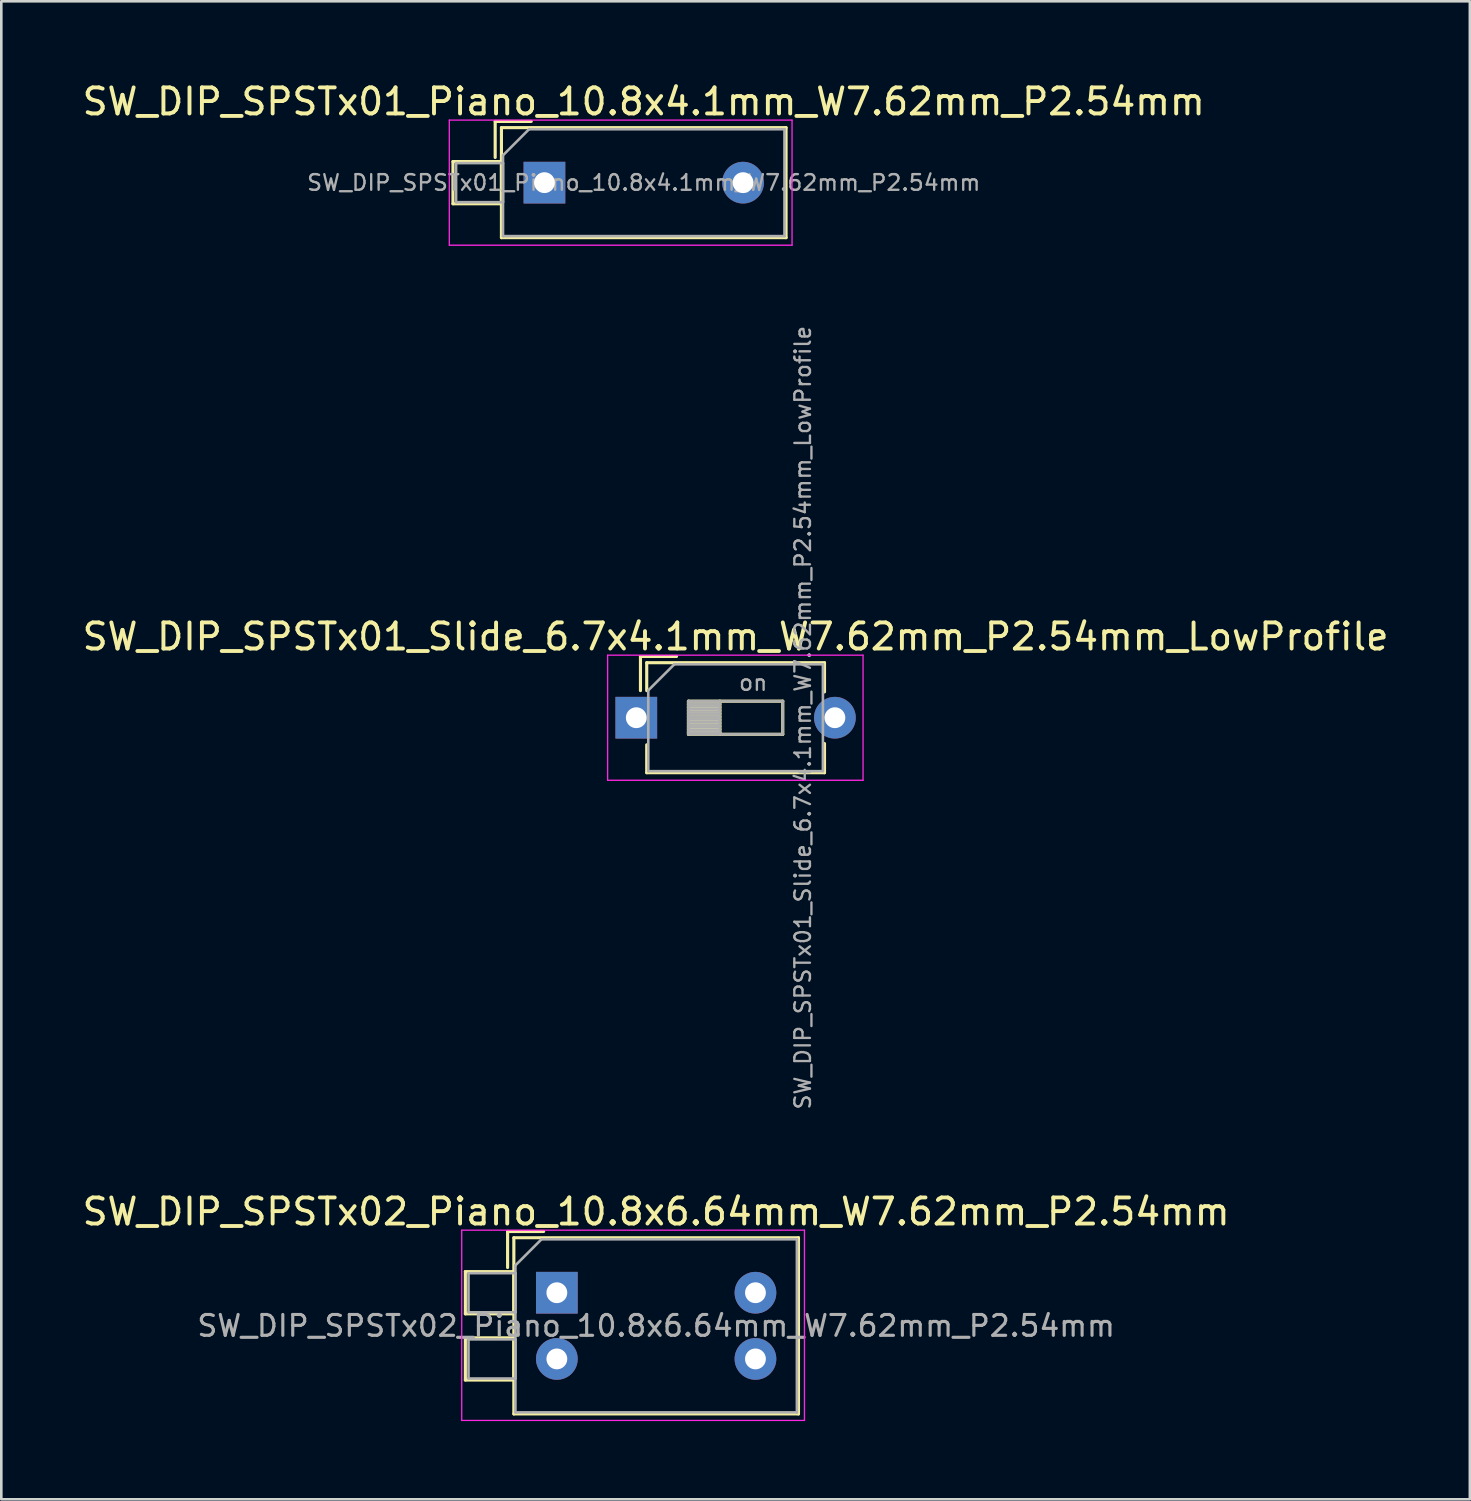
<source format=kicad_pcb>
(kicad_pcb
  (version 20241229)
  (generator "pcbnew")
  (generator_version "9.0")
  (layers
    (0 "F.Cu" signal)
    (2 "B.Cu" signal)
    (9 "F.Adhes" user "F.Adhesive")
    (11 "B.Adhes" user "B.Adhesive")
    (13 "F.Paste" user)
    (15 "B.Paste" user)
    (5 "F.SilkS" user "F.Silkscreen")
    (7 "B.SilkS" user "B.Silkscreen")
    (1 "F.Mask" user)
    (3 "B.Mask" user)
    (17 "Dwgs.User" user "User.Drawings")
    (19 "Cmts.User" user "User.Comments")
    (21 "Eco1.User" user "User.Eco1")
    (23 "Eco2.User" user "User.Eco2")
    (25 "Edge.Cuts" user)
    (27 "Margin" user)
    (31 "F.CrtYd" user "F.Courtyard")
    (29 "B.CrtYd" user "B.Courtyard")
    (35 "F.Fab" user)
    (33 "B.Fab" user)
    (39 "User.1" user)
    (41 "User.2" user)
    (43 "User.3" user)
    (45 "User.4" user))
  (footprint "SW_DIP_SPSTx01_Piano_10.8x4.1mm_W7.62mm_P2.54mm"
    (layer "F.Cu")
    (at 17.839 3.958)
    (property "Reference" "SW_DIP_SPSTx01_Piano_10.8x4.1mm_W7.62mm_P2.54mm" (at 3.81 -3.11 0) (layer "F.SilkS") (effects (font (size 1 1) (thickness 0.15))))
    (attr through_hole)
    (fp_line (start -3.51 -0.81) (end -3.51 0.81) (stroke (width 0.12) (type solid)) (layer "F.SilkS"))
    (fp_line (start -3.51 -0.81) (end -1.65 -0.81) (stroke (width 0.12) (type solid)) (layer "F.SilkS"))
    (fp_line (start -3.51 0.81) (end -1.65 0.81) (stroke (width 0.12) (type solid)) (layer "F.SilkS"))
    (fp_line (start -1.89 -2.35) (end -1.89 -0.967) (stroke (width 0.12) (type solid)) (layer "F.SilkS"))
    (fp_line (start -1.89 -2.35) (end -0.507 -2.35) (stroke (width 0.12) (type solid)) (layer "F.SilkS"))
    (fp_line (start -1.65 -2.11) (end -1.65 2.11) (stroke (width 0.12) (type solid)) (layer "F.SilkS"))
    (fp_line (start -1.65 -2.11) (end 9.27 -2.11) (stroke (width 0.12) (type solid)) (layer "F.SilkS"))
    (fp_line (start -1.65 -0.81) (end -1.65 0.81) (stroke (width 0.12) (type solid)) (layer "F.SilkS"))
    (fp_line (start -1.65 2.11) (end 9.27 2.11) (stroke (width 0.12) (type solid)) (layer "F.SilkS"))
    (fp_line (start 9.27 -2.11) (end 9.27 2.11) (stroke (width 0.12) (type solid)) (layer "F.SilkS"))
    (fp_line (start -3.65 -2.4) (end -3.65 2.4) (stroke (width 0.05) (type solid)) (layer "F.CrtYd"))
    (fp_line (start -3.65 2.4) (end 9.5 2.4) (stroke (width 0.05) (type solid)) (layer "F.CrtYd"))
    (fp_line (start 9.5 -2.4) (end -3.65 -2.4) (stroke (width 0.05) (type solid)) (layer "F.CrtYd"))
    (fp_line (start 9.5 2.4) (end 9.5 -2.4) (stroke (width 0.05) (type solid)) (layer "F.CrtYd"))
    (fp_line (start -3.39 -0.75) (end -1.59 -0.75) (stroke (width 0.1) (type solid)) (layer "F.Fab"))
    (fp_line (start -3.39 0.75) (end -3.39 -0.75) (stroke (width 0.1) (type solid)) (layer "F.Fab"))
    (fp_line (start -1.59 -1.05) (end -0.59 -2.05) (stroke (width 0.1) (type solid)) (layer "F.Fab"))
    (fp_line (start -1.59 -0.75) (end -1.59 0.75) (stroke (width 0.1) (type solid)) (layer "F.Fab"))
    (fp_line (start -1.59 0.75) (end -3.39 0.75) (stroke (width 0.1) (type solid)) (layer "F.Fab"))
    (fp_line (start -1.59 2.05) (end -1.59 -1.05) (stroke (width 0.1) (type solid)) (layer "F.Fab"))
    (fp_line (start -0.59 -2.05) (end 9.21 -2.05) (stroke (width 0.1) (type solid)) (layer "F.Fab"))
    (fp_line (start 9.21 -2.05) (end 9.21 2.05) (stroke (width 0.1) (type solid)) (layer "F.Fab"))
    (fp_line (start 9.21 2.05) (end -1.59 2.05) (stroke (width 0.1) (type solid)) (layer "F.Fab"))
    (fp_text user "${REFERENCE}" (at 3.81 0 0) (layer "F.Fab") (effects (font (size 0.6 0.6) (thickness 0.09))))
    (pad "1" thru_hole rect (at 0 0) (size 1.6 1.6) (drill 0.8) (layers "*.Cu" "*.Mask"))
    (pad "2" thru_hole oval (at 7.62 0) (size 1.6 1.6) (drill 0.8) (layers "*.Cu" "*.Mask")))
  (footprint "SW_DIP_SPSTx02_Piano_10.8x6.64mm_W7.62mm_P2.54mm"
    (layer "F.Cu")
    (at 18.315 46.549)
    (property "Reference" "SW_DIP_SPSTx02_Piano_10.8x6.64mm_W7.62mm_P2.54mm" (at 3.81 -3.11 0) (layer "F.SilkS") (effects (font (size 1 1) (thickness 0.15))))
    (attr through_hole)
    (fp_line (start -3.51 -0.81) (end -3.51 0.81) (stroke (width 0.12) (type solid)) (layer "F.SilkS"))
    (fp_line (start -3.51 -0.81) (end -1.65 -0.81) (stroke (width 0.12) (type solid)) (layer "F.SilkS"))
    (fp_line (start -3.51 0.81) (end -1.65 0.81) (stroke (width 0.12) (type solid)) (layer "F.SilkS"))
    (fp_line (start -3.51 1.73) (end -3.51 3.35) (stroke (width 0.12) (type solid)) (layer "F.SilkS"))
    (fp_line (start -3.51 1.73) (end -1.65 1.73) (stroke (width 0.12) (type solid)) (layer "F.SilkS"))
    (fp_line (start -3.51 3.35) (end -1.65 3.35) (stroke (width 0.12) (type solid)) (layer "F.SilkS"))
    (fp_line (start -1.89 -2.35) (end -1.89 -0.967) (stroke (width 0.12) (type solid)) (layer "F.SilkS"))
    (fp_line (start -1.89 -2.35) (end -0.507 -2.35) (stroke (width 0.12) (type solid)) (layer "F.SilkS"))
    (fp_line (start -1.65 -2.11) (end -1.65 4.65) (stroke (width 0.12) (type solid)) (layer "F.SilkS"))
    (fp_line (start -1.65 -2.11) (end 9.27 -2.11) (stroke (width 0.12) (type solid)) (layer "F.SilkS"))
    (fp_line (start -1.65 -0.81) (end -1.65 0.81) (stroke (width 0.12) (type solid)) (layer "F.SilkS"))
    (fp_line (start -1.65 1.73) (end -1.65 3.35) (stroke (width 0.12) (type solid)) (layer "F.SilkS"))
    (fp_line (start -1.65 4.65) (end 9.27 4.65) (stroke (width 0.12) (type solid)) (layer "F.SilkS"))
    (fp_line (start 9.27 -2.11) (end 9.27 4.65) (stroke (width 0.12) (type solid)) (layer "F.SilkS"))
    (fp_line (start -3.65 -2.4) (end -3.65 4.9) (stroke (width 0.05) (type solid)) (layer "F.CrtYd"))
    (fp_line (start -3.65 4.9) (end 9.5 4.9) (stroke (width 0.05) (type solid)) (layer "F.CrtYd"))
    (fp_line (start 9.5 -2.4) (end -3.65 -2.4) (stroke (width 0.05) (type solid)) (layer "F.CrtYd"))
    (fp_line (start 9.5 4.9) (end 9.5 -2.4) (stroke (width 0.05) (type solid)) (layer "F.CrtYd"))
    (fp_line (start -3.39 -0.75) (end -1.59 -0.75) (stroke (width 0.1) (type solid)) (layer "F.Fab"))
    (fp_line (start -3.39 0.75) (end -3.39 -0.75) (stroke (width 0.1) (type solid)) (layer "F.Fab"))
    (fp_line (start -3.39 1.79) (end -1.59 1.79) (stroke (width 0.1) (type solid)) (layer "F.Fab"))
    (fp_line (start -3.39 3.29) (end -3.39 1.79) (stroke (width 0.1) (type solid)) (layer "F.Fab"))
    (fp_line (start -1.59 -1.05) (end -0.59 -2.05) (stroke (width 0.1) (type solid)) (layer "F.Fab"))
    (fp_line (start -1.59 -0.75) (end -1.59 0.75) (stroke (width 0.1) (type solid)) (layer "F.Fab"))
    (fp_line (start -1.59 0.75) (end -3.39 0.75) (stroke (width 0.1) (type solid)) (layer "F.Fab"))
    (fp_line (start -1.59 1.79) (end -1.59 3.29) (stroke (width 0.1) (type solid)) (layer "F.Fab"))
    (fp_line (start -1.59 3.29) (end -3.39 3.29) (stroke (width 0.1) (type solid)) (layer "F.Fab"))
    (fp_line (start -1.59 4.59) (end -1.59 -1.05) (stroke (width 0.1) (type solid)) (layer "F.Fab"))
    (fp_line (start -0.59 -2.05) (end 9.21 -2.05) (stroke (width 0.1) (type solid)) (layer "F.Fab"))
    (fp_line (start 9.21 -2.05) (end 9.21 4.59) (stroke (width 0.1) (type solid)) (layer "F.Fab"))
    (fp_line (start 9.21 4.59) (end -1.59 4.59) (stroke (width 0.1) (type solid)) (layer "F.Fab"))
    (fp_text user "${REFERENCE}" (at 3.81 1.27 0) (layer "F.Fab") (effects (font (size 0.8 0.8) (thickness 0.12))))
    (pad "1" thru_hole rect (at 0 0) (size 1.6 1.6) (drill 0.8) (layers "*.Cu" "*.Mask"))
    (pad "2" thru_hole oval (at 0 2.54) (size 1.6 1.6) (drill 0.8) (layers "*.Cu" "*.Mask"))
    (pad "3" thru_hole oval (at 7.62 2.54) (size 1.6 1.6) (drill 0.8) (layers "*.Cu" "*.Mask"))
    (pad "4" thru_hole oval (at 7.62 0) (size 1.6 1.6) (drill 0.8) (layers "*.Cu" "*.Mask")))
  (footprint "SW_DIP_SPSTx01_Slide_6.7x4.1mm_W7.62mm_P2.54mm_LowProfile"
    (layer "F.Cu")
    (at 21.363 24.487)
    (property "Reference" "SW_DIP_SPSTx01_Slide_6.7x4.1mm_W7.62mm_P2.54mm_LowProfile" (at 3.81 -3.11 0) (layer "F.SilkS") (effects (font (size 1 1) (thickness 0.15))))
    (attr through_hole)
    (fp_line (start 0.16 -2.35) (end 0.16 -1.04) (stroke (width 0.12) (type solid)) (layer "F.SilkS"))
    (fp_line (start 0.16 -2.35) (end 1.543 -2.35) (stroke (width 0.12) (type solid)) (layer "F.SilkS"))
    (fp_line (start 0.4 -2.11) (end 0.4 -1.04) (stroke (width 0.12) (type solid)) (layer "F.SilkS"))
    (fp_line (start 0.4 -2.11) (end 7.221 -2.11) (stroke (width 0.12) (type solid)) (layer "F.SilkS"))
    (fp_line (start 0.4 1.04) (end 0.4 2.11) (stroke (width 0.12) (type solid)) (layer "F.SilkS"))
    (fp_line (start 0.4 2.11) (end 7.221 2.11) (stroke (width 0.12) (type solid)) (layer "F.SilkS"))
    (fp_line (start 2 -0.635) (end 2 0.635) (stroke (width 0.12) (type solid)) (layer "F.SilkS"))
    (fp_line (start 2 -0.515) (end 3.207 -0.515) (stroke (width 0.12) (type solid)) (layer "F.SilkS"))
    (fp_line (start 2 -0.395) (end 3.207 -0.395) (stroke (width 0.12) (type solid)) (layer "F.SilkS"))
    (fp_line (start 2 -0.275) (end 3.207 -0.275) (stroke (width 0.12) (type solid)) (layer "F.SilkS"))
    (fp_line (start 2 -0.155) (end 3.207 -0.155) (stroke (width 0.12) (type solid)) (layer "F.SilkS"))
    (fp_line (start 2 -0.035) (end 3.207 -0.035) (stroke (width 0.12) (type solid)) (layer "F.SilkS"))
    (fp_line (start 2 0.085) (end 3.207 0.085) (stroke (width 0.12) (type solid)) (layer "F.SilkS"))
    (fp_line (start 2 0.205) (end 3.207 0.205) (stroke (width 0.12) (type solid)) (layer "F.SilkS"))
    (fp_line (start 2 0.325) (end 3.207 0.325) (stroke (width 0.12) (type solid)) (layer "F.SilkS"))
    (fp_line (start 2 0.445) (end 3.207 0.445) (stroke (width 0.12) (type solid)) (layer "F.SilkS"))
    (fp_line (start 2 0.565) (end 3.207 0.565) (stroke (width 0.12) (type solid)) (layer "F.SilkS"))
    (fp_line (start 2 0.635) (end 5.62 0.635) (stroke (width 0.12) (type solid)) (layer "F.SilkS"))
    (fp_line (start 3.207 -0.635) (end 3.207 0.635) (stroke (width 0.12) (type solid)) (layer "F.SilkS"))
    (fp_line (start 5.62 -0.635) (end 2 -0.635) (stroke (width 0.12) (type solid)) (layer "F.SilkS"))
    (fp_line (start 5.62 0.635) (end 5.62 -0.635) (stroke (width 0.12) (type solid)) (layer "F.SilkS"))
    (fp_line (start 7.221 -2.11) (end 7.221 -0.99) (stroke (width 0.12) (type solid)) (layer "F.SilkS"))
    (fp_line (start 7.221 0.99) (end 7.221 2.11) (stroke (width 0.12) (type solid)) (layer "F.SilkS"))
    (fp_line (start -1.1 -2.4) (end -1.1 2.4) (stroke (width 0.05) (type solid)) (layer "F.CrtYd"))
    (fp_line (start -1.1 2.4) (end 8.7 2.4) (stroke (width 0.05) (type solid)) (layer "F.CrtYd"))
    (fp_line (start 8.7 -2.4) (end -1.1 -2.4) (stroke (width 0.05) (type solid)) (layer "F.CrtYd"))
    (fp_line (start 8.7 2.4) (end 8.7 -2.4) (stroke (width 0.05) (type solid)) (layer "F.CrtYd"))
    (fp_line (start 0.46 -1.05) (end 1.46 -2.05) (stroke (width 0.1) (type solid)) (layer "F.Fab"))
    (fp_line (start 0.46 2.05) (end 0.46 -1.05) (stroke (width 0.1) (type solid)) (layer "F.Fab"))
    (fp_line (start 1.46 -2.05) (end 7.16 -2.05) (stroke (width 0.1) (type solid)) (layer "F.Fab"))
    (fp_line (start 2 -0.635) (end 2 0.635) (stroke (width 0.1) (type solid)) (layer "F.Fab"))
    (fp_line (start 2 -0.535) (end 3.207 -0.535) (stroke (width 0.1) (type solid)) (layer "F.Fab"))
    (fp_line (start 2 -0.435) (end 3.207 -0.435) (stroke (width 0.1) (type solid)) (layer "F.Fab"))
    (fp_line (start 2 -0.335) (end 3.207 -0.335) (stroke (width 0.1) (type solid)) (layer "F.Fab"))
    (fp_line (start 2 -0.235) (end 3.207 -0.235) (stroke (width 0.1) (type solid)) (layer "F.Fab"))
    (fp_line (start 2 -0.135) (end 3.207 -0.135) (stroke (width 0.1) (type solid)) (layer "F.Fab"))
    (fp_line (start 2 -0.035) (end 3.207 -0.035) (stroke (width 0.1) (type solid)) (layer "F.Fab"))
    (fp_line (start 2 0.065) (end 3.207 0.065) (stroke (width 0.1) (type solid)) (layer "F.Fab"))
    (fp_line (start 2 0.165) (end 3.207 0.165) (stroke (width 0.1) (type solid)) (layer "F.Fab"))
    (fp_line (start 2 0.265) (end 3.207 0.265) (stroke (width 0.1) (type solid)) (layer "F.Fab"))
    (fp_line (start 2 0.365) (end 3.207 0.365) (stroke (width 0.1) (type solid)) (layer "F.Fab"))
    (fp_line (start 2 0.465) (end 3.207 0.465) (stroke (width 0.1) (type solid)) (layer "F.Fab"))
    (fp_line (start 2 0.565) (end 3.207 0.565) (stroke (width 0.1) (type solid)) (layer "F.Fab"))
    (fp_line (start 2 0.635) (end 5.62 0.635) (stroke (width 0.1) (type solid)) (layer "F.Fab"))
    (fp_line (start 3.207 -0.635) (end 3.207 0.635) (stroke (width 0.1) (type solid)) (layer "F.Fab"))
    (fp_line (start 5.62 -0.635) (end 2 -0.635) (stroke (width 0.1) (type solid)) (layer "F.Fab"))
    (fp_line (start 5.62 0.635) (end 5.62 -0.635) (stroke (width 0.1) (type solid)) (layer "F.Fab"))
    (fp_line (start 7.16 -2.05) (end 7.16 2.05) (stroke (width 0.1) (type solid)) (layer "F.Fab"))
    (fp_line (start 7.16 2.05) (end 0.46 2.05) (stroke (width 0.1) (type solid)) (layer "F.Fab"))
    (fp_text user "${REFERENCE}" (at 6.39 0 90) (layer "F.Fab") (effects (font (size 0.6 0.6) (thickness 0.09))))
    (fp_text user "on" (at 4.485 -1.343 0) (layer "F.Fab") (effects (font (size 0.6 0.6) (thickness 0.09))))
    (pad "1" thru_hole rect (at 0 0) (size 1.6 1.6) (drill 0.8) (layers "*.Cu" "*.Mask"))
    (pad "2" thru_hole oval (at 7.62 0) (size 1.6 1.6) (drill 0.8) (layers "*.Cu" "*.Mask")))
  (gr_rect
    (start -3 -3)
    (end 53.345 54.474)
    (stroke (width 0.1) (type default))
    (fill no)
    (layer "Edge.Cuts")))
</source>
